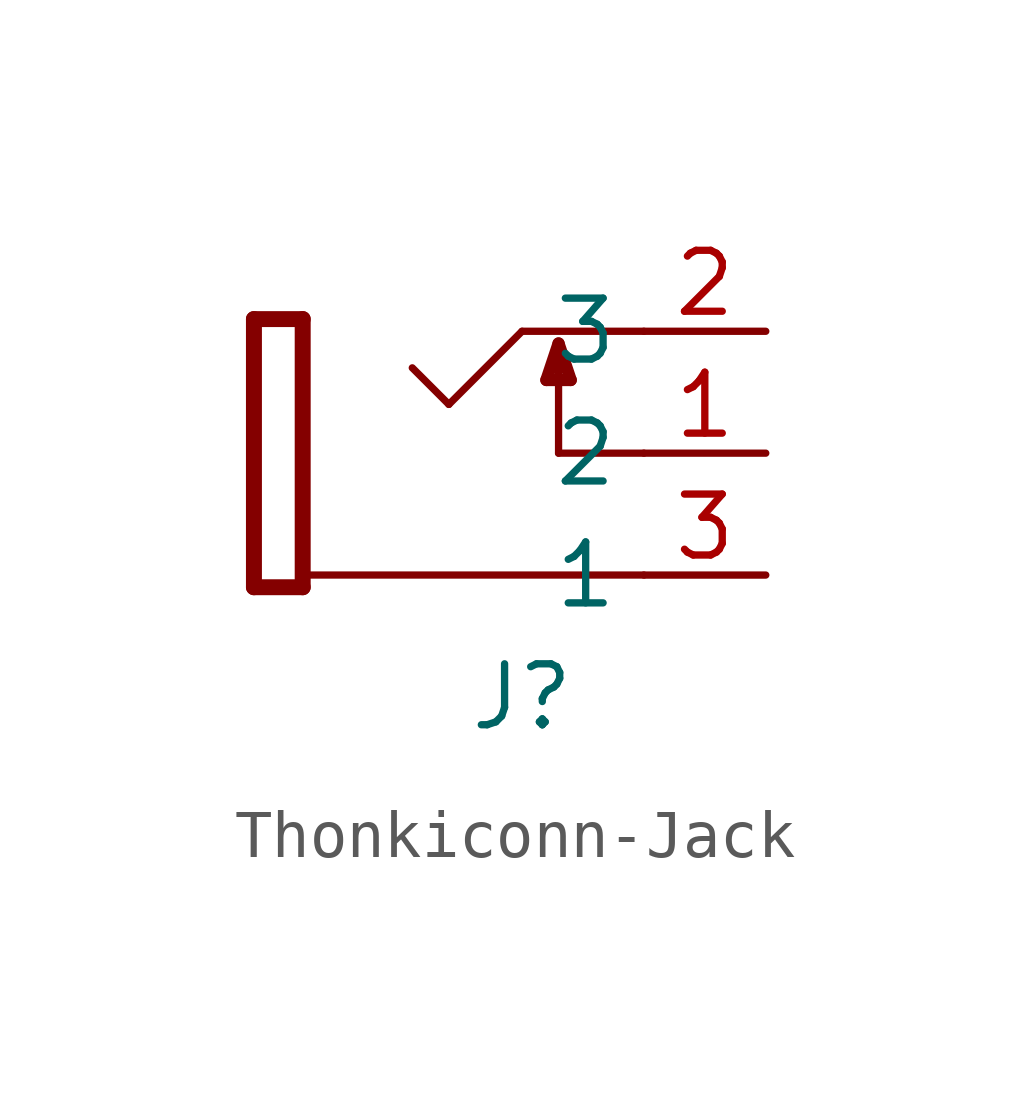
<source format=kicad_sym>
(kicad_symbol_lib
  (version 20231120)
  (generator "kicad_symbol_editor")
  (generator_version "8.0")
  (symbol "Thonkiconn-Jack"
    (property "Reference" "J"
      (at 0 -5.08 0)
      (effects (font (size 1.27 1.27))))
    (property "Value" ""
      (at 0 -5.08 0)
      (effects (font (size 1.27 1.27))))
    (symbol "Thonkiconn-Jack_1_0"
      (polyline (pts (xy -5.586 -2.794) (xy -5.586 2.794)) (stroke (width 0.333) (type solid)) (fill (type none)))
      (polyline (pts (xy -5.586 2.794) (xy -4.57 2.794)) (stroke (width 0.333) (type solid)) (fill (type none)))
      (polyline (pts (xy -4.57 -2.794) (xy -5.586 -2.794)) (stroke (width 0.333) (type solid)) (fill (type none)))
      (polyline (pts (xy -4.57 2.794) (xy -4.57 -2.794)) (stroke (width 0.333) (type solid)) (fill (type none)))
      (polyline (pts (xy -1.524 1.016) (xy -2.286 1.778)) (stroke (width 0.152) (type solid)) (fill (type none)))
      (polyline (pts (xy 0 2.54) (xy -1.524 1.016)) (stroke (width 0.152) (type solid)) (fill (type none)))
      (polyline (pts (xy 0.508 1.524) (xy 0.762 2.286)) (stroke (width 0.254) (type solid)) (fill (type none)))
      (polyline (pts (xy 0.762 0) (xy 0.762 2.286)) (stroke (width 0.152) (type solid)) (fill (type none)))
      (polyline (pts (xy 0.762 2.286) (xy 1.016 1.524)) (stroke (width 0.254) (type solid)) (fill (type none)))
      (polyline (pts (xy 1.016 1.524) (xy 0.508 1.524)) (stroke (width 0.254) (type solid)) (fill (type none)))
      (polyline (pts (xy 2.54 -2.54) (xy -4.572 -2.54)) (stroke (width 0.152) (type solid)) (fill (type none)))
      (polyline (pts (xy 2.54 0) (xy 0.762 0)) (stroke (width 0.152) (type solid)) (fill (type none)))
      (polyline (pts (xy 2.54 2.54) (xy 0 2.54)) (stroke (width 0.152) (type solid)) (fill (type none)))
      (pin passive line (at 5.08 0 180) (length 2.54) (name "2" (effects (font (size 1.27 1.27)))) (number "1" (effects (font (size 1.27 1.27)))))
      (pin passive line (at 5.08 2.54 180) (length 2.54) (name "3" (effects (font (size 1.27 1.27)))) (number "2" (effects (font (size 1.27 1.27)))))
      (pin passive line (at 5.08 -2.54 180) (length 2.54) (name "1" (effects (font (size 1.27 1.27)))) (number "3" (effects (font (size 1.27 1.27))))))))
</source>
